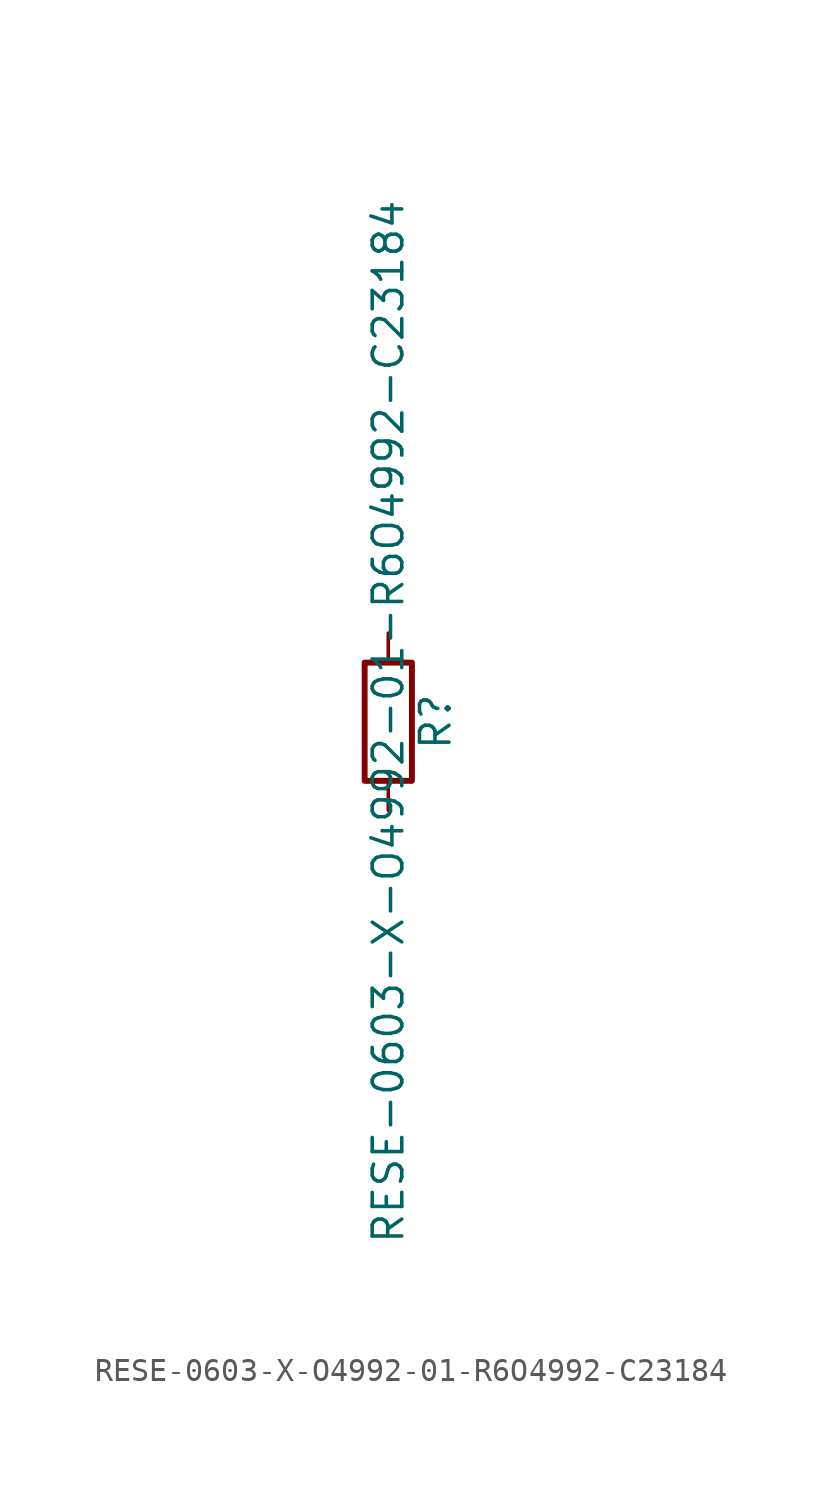
<source format=kicad_sym>
(kicad_symbol_lib
  (version 20211014)
  (generator kicad_symbol_editor)
  (symbol "RESE-0603-X-O4992-01-R6O4992-C23184"
    (pin_numbers hide)
    (pin_names
      (offset 0))
    (property "Reference" "R"
      (at 2.032 0 90)
      (effects (font (size 1.27 1.27))))
    (property "Value" "RESE-0603-X-O4992-01-R6O4992-C23184"
      (at 0 0 90)
      (effects (font (size 1.27 1.27))))
    (symbol "RESE-0603-X-O4992-01-R6O4992-C23184_0_1"
      (rectangle (start -1.016 -2.54) (end 1.016 2.54) (stroke (width 0.254) (type default) (color 0 0 0 0)) (fill (type none))))
    (symbol "RESE-0603-X-O4992-01-R6O4992-C23184_1_1"
      (pin passive line (at 0 3.81 270) (length 1.27) (name "~" (effects (font (size 1.27 1.27)))) (number "1" (effects (font (size 1.27 1.27)))))
      (pin passive line (at 0 -3.81 90) (length 1.27) (name "~" (effects (font (size 1.27 1.27)))) (number "2" (effects (font (size 1.27 1.27))))))))
</source>
